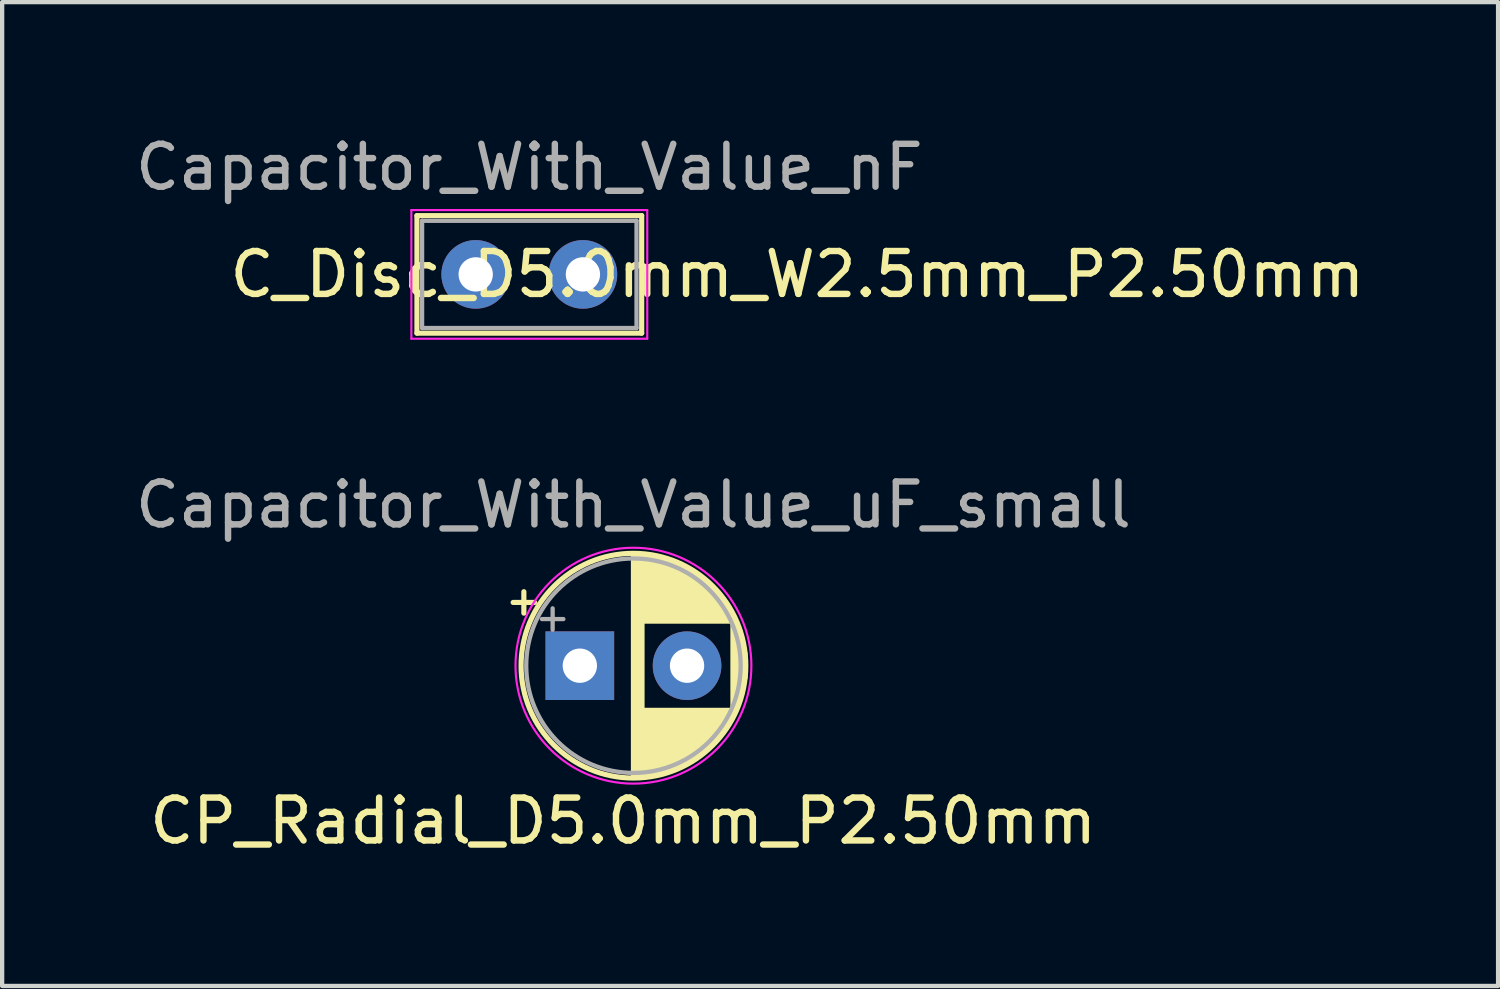
<source format=kicad_pcb>
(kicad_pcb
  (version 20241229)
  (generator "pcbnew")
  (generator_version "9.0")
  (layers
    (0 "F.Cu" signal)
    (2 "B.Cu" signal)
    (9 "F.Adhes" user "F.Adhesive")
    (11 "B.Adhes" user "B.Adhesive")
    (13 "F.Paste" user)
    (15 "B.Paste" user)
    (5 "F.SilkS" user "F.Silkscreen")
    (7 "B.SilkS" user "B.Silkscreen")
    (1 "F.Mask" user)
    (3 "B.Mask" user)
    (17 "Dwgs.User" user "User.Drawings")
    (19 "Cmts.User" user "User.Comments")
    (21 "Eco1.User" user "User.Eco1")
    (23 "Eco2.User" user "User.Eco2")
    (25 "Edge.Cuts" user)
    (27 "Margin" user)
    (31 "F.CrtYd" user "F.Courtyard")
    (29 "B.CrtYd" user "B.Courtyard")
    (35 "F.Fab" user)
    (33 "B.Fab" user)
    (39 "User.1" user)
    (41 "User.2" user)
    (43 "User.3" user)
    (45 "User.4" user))
  (footprint "Capacitor_With_Value_uF_small"
    (layer "F.Cu")
    (at 10.47 12.472)
    (property "Reference" "Capacitor_With_Value_uF_small" (at 1.25 -3.75 0) (layer "F.Fab") (effects (font (size 1 1) (thickness 0.15))))
    (property "Value" "CP_Radial_D5.0mm_P2.50mm" (at 1.25 3.75 0) (layer "F.Fab") (hide yes) (effects (font (size 1 1) (thickness 0.15))))
    (attr through_hole)
    (fp_line (start -1.555 -1.475) (end -1.055 -1.475) (stroke (width 0.12) (type solid)) (layer "F.SilkS"))
    (fp_line (start -1.305 -1.725) (end -1.305 -1.225) (stroke (width 0.12) (type solid)) (layer "F.SilkS"))
    (fp_line (start 1.25 -2.58) (end 1.25 2.58) (stroke (width 0.12) (type solid)) (layer "F.SilkS"))
    (fp_line (start 1.29 -2.58) (end 1.29 2.58) (stroke (width 0.12) (type solid)) (layer "F.SilkS"))
    (fp_line (start 1.33 -2.579) (end 1.33 2.579) (stroke (width 0.12) (type solid)) (layer "F.SilkS"))
    (fp_line (start 1.37 -2.577) (end 1.37 2.577) (stroke (width 0.12) (type solid)) (layer "F.SilkS"))
    (fp_line (start 1.41 -2.575) (end 1.41 2.575) (stroke (width 0.12) (type solid)) (layer "F.SilkS"))
    (fp_line (start 1.45 -2.572) (end 1.45 2.572) (stroke (width 0.12) (type solid)) (layer "F.SilkS"))
    (fp_line (start 1.49 -2.569) (end 1.49 -1.04) (stroke (width 0.12) (type solid)) (layer "F.SilkS"))
    (fp_line (start 1.49 1.04) (end 1.49 2.569) (stroke (width 0.12) (type solid)) (layer "F.SilkS"))
    (fp_line (start 1.53 -2.565) (end 1.53 -1.04) (stroke (width 0.12) (type solid)) (layer "F.SilkS"))
    (fp_line (start 1.53 1.04) (end 1.53 2.565) (stroke (width 0.12) (type solid)) (layer "F.SilkS"))
    (fp_line (start 1.57 -2.56) (end 1.57 -1.04) (stroke (width 0.12) (type solid)) (layer "F.SilkS"))
    (fp_line (start 1.57 1.04) (end 1.57 2.56) (stroke (width 0.12) (type solid)) (layer "F.SilkS"))
    (fp_line (start 1.61 -2.555) (end 1.61 -1.04) (stroke (width 0.12) (type solid)) (layer "F.SilkS"))
    (fp_line (start 1.61 1.04) (end 1.61 2.555) (stroke (width 0.12) (type solid)) (layer "F.SilkS"))
    (fp_line (start 1.65 -2.549) (end 1.65 -1.04) (stroke (width 0.12) (type solid)) (layer "F.SilkS"))
    (fp_line (start 1.65 1.04) (end 1.65 2.549) (stroke (width 0.12) (type solid)) (layer "F.SilkS"))
    (fp_line (start 1.69 -2.543) (end 1.69 -1.04) (stroke (width 0.12) (type solid)) (layer "F.SilkS"))
    (fp_line (start 1.69 1.04) (end 1.69 2.543) (stroke (width 0.12) (type solid)) (layer "F.SilkS"))
    (fp_line (start 1.73 -2.536) (end 1.73 -1.04) (stroke (width 0.12) (type solid)) (layer "F.SilkS"))
    (fp_line (start 1.73 1.04) (end 1.73 2.536) (stroke (width 0.12) (type solid)) (layer "F.SilkS"))
    (fp_line (start 1.77 -2.528) (end 1.77 -1.04) (stroke (width 0.12) (type solid)) (layer "F.SilkS"))
    (fp_line (start 1.77 1.04) (end 1.77 2.528) (stroke (width 0.12) (type solid)) (layer "F.SilkS"))
    (fp_line (start 1.81 -2.519) (end 1.81 -1.04) (stroke (width 0.12) (type solid)) (layer "F.SilkS"))
    (fp_line (start 1.81 1.04) (end 1.81 2.519) (stroke (width 0.12) (type solid)) (layer "F.SilkS"))
    (fp_line (start 1.85 -2.51) (end 1.85 -1.04) (stroke (width 0.12) (type solid)) (layer "F.SilkS"))
    (fp_line (start 1.85 1.04) (end 1.85 2.51) (stroke (width 0.12) (type solid)) (layer "F.SilkS"))
    (fp_line (start 1.89 -2.501) (end 1.89 -1.04) (stroke (width 0.12) (type solid)) (layer "F.SilkS"))
    (fp_line (start 1.89 1.04) (end 1.89 2.501) (stroke (width 0.12) (type solid)) (layer "F.SilkS"))
    (fp_line (start 1.93 -2.49) (end 1.93 -1.04) (stroke (width 0.12) (type solid)) (layer "F.SilkS"))
    (fp_line (start 1.93 1.04) (end 1.93 2.49) (stroke (width 0.12) (type solid)) (layer "F.SilkS"))
    (fp_line (start 1.97 -2.479) (end 1.97 -1.04) (stroke (width 0.12) (type solid)) (layer "F.SilkS"))
    (fp_line (start 1.97 1.04) (end 1.97 2.479) (stroke (width 0.12) (type solid)) (layer "F.SilkS"))
    (fp_line (start 2.01 -2.467) (end 2.01 -1.04) (stroke (width 0.12) (type solid)) (layer "F.SilkS"))
    (fp_line (start 2.01 1.04) (end 2.01 2.467) (stroke (width 0.12) (type solid)) (layer "F.SilkS"))
    (fp_line (start 2.05 -2.455) (end 2.05 -1.04) (stroke (width 0.12) (type solid)) (layer "F.SilkS"))
    (fp_line (start 2.05 1.04) (end 2.05 2.455) (stroke (width 0.12) (type solid)) (layer "F.SilkS"))
    (fp_line (start 2.09 -2.442) (end 2.09 -1.04) (stroke (width 0.12) (type solid)) (layer "F.SilkS"))
    (fp_line (start 2.09 1.04) (end 2.09 2.442) (stroke (width 0.12) (type solid)) (layer "F.SilkS"))
    (fp_line (start 2.13 -2.428) (end 2.13 -1.04) (stroke (width 0.12) (type solid)) (layer "F.SilkS"))
    (fp_line (start 2.13 1.04) (end 2.13 2.428) (stroke (width 0.12) (type solid)) (layer "F.SilkS"))
    (fp_line (start 2.17 -2.413) (end 2.17 -1.04) (stroke (width 0.12) (type solid)) (layer "F.SilkS"))
    (fp_line (start 2.17 1.04) (end 2.17 2.413) (stroke (width 0.12) (type solid)) (layer "F.SilkS"))
    (fp_line (start 2.21 -2.398) (end 2.21 -1.04) (stroke (width 0.12) (type solid)) (layer "F.SilkS"))
    (fp_line (start 2.21 1.04) (end 2.21 2.398) (stroke (width 0.12) (type solid)) (layer "F.SilkS"))
    (fp_line (start 2.25 -2.382) (end 2.25 -1.04) (stroke (width 0.12) (type solid)) (layer "F.SilkS"))
    (fp_line (start 2.25 1.04) (end 2.25 2.382) (stroke (width 0.12) (type solid)) (layer "F.SilkS"))
    (fp_line (start 2.29 -2.365) (end 2.29 -1.04) (stroke (width 0.12) (type solid)) (layer "F.SilkS"))
    (fp_line (start 2.29 1.04) (end 2.29 2.365) (stroke (width 0.12) (type solid)) (layer "F.SilkS"))
    (fp_line (start 2.33 -2.347) (end 2.33 -1.04) (stroke (width 0.12) (type solid)) (layer "F.SilkS"))
    (fp_line (start 2.33 1.04) (end 2.33 2.347) (stroke (width 0.12) (type solid)) (layer "F.SilkS"))
    (fp_line (start 2.37 -2.329) (end 2.37 -1.04) (stroke (width 0.12) (type solid)) (layer "F.SilkS"))
    (fp_line (start 2.37 1.04) (end 2.37 2.329) (stroke (width 0.12) (type solid)) (layer "F.SilkS"))
    (fp_line (start 2.41 -2.309) (end 2.41 -1.04) (stroke (width 0.12) (type solid)) (layer "F.SilkS"))
    (fp_line (start 2.41 1.04) (end 2.41 2.309) (stroke (width 0.12) (type solid)) (layer "F.SilkS"))
    (fp_line (start 2.45 -2.289) (end 2.45 -1.04) (stroke (width 0.12) (type solid)) (layer "F.SilkS"))
    (fp_line (start 2.45 1.04) (end 2.45 2.289) (stroke (width 0.12) (type solid)) (layer "F.SilkS"))
    (fp_line (start 2.49 -2.268) (end 2.49 -1.04) (stroke (width 0.12) (type solid)) (layer "F.SilkS"))
    (fp_line (start 2.49 1.04) (end 2.49 2.268) (stroke (width 0.12) (type solid)) (layer "F.SilkS"))
    (fp_line (start 2.53 -2.246) (end 2.53 -1.04) (stroke (width 0.12) (type solid)) (layer "F.SilkS"))
    (fp_line (start 2.53 1.04) (end 2.53 2.246) (stroke (width 0.12) (type solid)) (layer "F.SilkS"))
    (fp_line (start 2.57 -2.223) (end 2.57 -1.04) (stroke (width 0.12) (type solid)) (layer "F.SilkS"))
    (fp_line (start 2.57 1.04) (end 2.57 2.223) (stroke (width 0.12) (type solid)) (layer "F.SilkS"))
    (fp_line (start 2.61 -2.199) (end 2.61 -1.04) (stroke (width 0.12) (type solid)) (layer "F.SilkS"))
    (fp_line (start 2.61 1.04) (end 2.61 2.199) (stroke (width 0.12) (type solid)) (layer "F.SilkS"))
    (fp_line (start 2.65 -2.175) (end 2.65 -1.04) (stroke (width 0.12) (type solid)) (layer "F.SilkS"))
    (fp_line (start 2.65 1.04) (end 2.65 2.175) (stroke (width 0.12) (type solid)) (layer "F.SilkS"))
    (fp_line (start 2.69 -2.149) (end 2.69 -1.04) (stroke (width 0.12) (type solid)) (layer "F.SilkS"))
    (fp_line (start 2.69 1.04) (end 2.69 2.149) (stroke (width 0.12) (type solid)) (layer "F.SilkS"))
    (fp_line (start 2.73 -2.122) (end 2.73 -1.04) (stroke (width 0.12) (type solid)) (layer "F.SilkS"))
    (fp_line (start 2.73 1.04) (end 2.73 2.122) (stroke (width 0.12) (type solid)) (layer "F.SilkS"))
    (fp_line (start 2.77 -2.094) (end 2.77 -1.04) (stroke (width 0.12) (type solid)) (layer "F.SilkS"))
    (fp_line (start 2.77 1.04) (end 2.77 2.094) (stroke (width 0.12) (type solid)) (layer "F.SilkS"))
    (fp_line (start 2.81 -2.065) (end 2.81 -1.04) (stroke (width 0.12) (type solid)) (layer "F.SilkS"))
    (fp_line (start 2.81 1.04) (end 2.81 2.065) (stroke (width 0.12) (type solid)) (layer "F.SilkS"))
    (fp_line (start 2.85 -2.035) (end 2.85 -1.04) (stroke (width 0.12) (type solid)) (layer "F.SilkS"))
    (fp_line (start 2.85 1.04) (end 2.85 2.035) (stroke (width 0.12) (type solid)) (layer "F.SilkS"))
    (fp_line (start 2.89 -2.003) (end 2.89 -1.04) (stroke (width 0.12) (type solid)) (layer "F.SilkS"))
    (fp_line (start 2.89 1.04) (end 2.89 2.003) (stroke (width 0.12) (type solid)) (layer "F.SilkS"))
    (fp_line (start 2.93 -1.97) (end 2.93 -1.04) (stroke (width 0.12) (type solid)) (layer "F.SilkS"))
    (fp_line (start 2.93 1.04) (end 2.93 1.97) (stroke (width 0.12) (type solid)) (layer "F.SilkS"))
    (fp_line (start 2.97 -1.936) (end 2.97 -1.04) (stroke (width 0.12) (type solid)) (layer "F.SilkS"))
    (fp_line (start 2.97 1.04) (end 2.97 1.936) (stroke (width 0.12) (type solid)) (layer "F.SilkS"))
    (fp_line (start 3.01 -1.901) (end 3.01 -1.04) (stroke (width 0.12) (type solid)) (layer "F.SilkS"))
    (fp_line (start 3.01 1.04) (end 3.01 1.901) (stroke (width 0.12) (type solid)) (layer "F.SilkS"))
    (fp_line (start 3.05 -1.864) (end 3.05 -1.04) (stroke (width 0.12) (type solid)) (layer "F.SilkS"))
    (fp_line (start 3.05 1.04) (end 3.05 1.864) (stroke (width 0.12) (type solid)) (layer "F.SilkS"))
    (fp_line (start 3.09 -1.825) (end 3.09 -1.04) (stroke (width 0.12) (type solid)) (layer "F.SilkS"))
    (fp_line (start 3.09 1.04) (end 3.09 1.825) (stroke (width 0.12) (type solid)) (layer "F.SilkS"))
    (fp_line (start 3.13 -1.785) (end 3.13 -1.04) (stroke (width 0.12) (type solid)) (layer "F.SilkS"))
    (fp_line (start 3.13 1.04) (end 3.13 1.785) (stroke (width 0.12) (type solid)) (layer "F.SilkS"))
    (fp_line (start 3.17 -1.743) (end 3.17 -1.04) (stroke (width 0.12) (type solid)) (layer "F.SilkS"))
    (fp_line (start 3.17 1.04) (end 3.17 1.743) (stroke (width 0.12) (type solid)) (layer "F.SilkS"))
    (fp_line (start 3.21 -1.699) (end 3.21 -1.04) (stroke (width 0.12) (type solid)) (layer "F.SilkS"))
    (fp_line (start 3.21 1.04) (end 3.21 1.699) (stroke (width 0.12) (type solid)) (layer "F.SilkS"))
    (fp_line (start 3.25 -1.652) (end 3.25 -1.04) (stroke (width 0.12) (type solid)) (layer "F.SilkS"))
    (fp_line (start 3.25 1.04) (end 3.25 1.652) (stroke (width 0.12) (type solid)) (layer "F.SilkS"))
    (fp_line (start 3.29 -1.604) (end 3.29 -1.04) (stroke (width 0.12) (type solid)) (layer "F.SilkS"))
    (fp_line (start 3.29 1.04) (end 3.29 1.604) (stroke (width 0.12) (type solid)) (layer "F.SilkS"))
    (fp_line (start 3.33 -1.553) (end 3.33 -1.04) (stroke (width 0.12) (type solid)) (layer "F.SilkS"))
    (fp_line (start 3.33 1.04) (end 3.33 1.553) (stroke (width 0.12) (type solid)) (layer "F.SilkS"))
    (fp_line (start 3.37 -1.499) (end 3.37 -1.04) (stroke (width 0.12) (type solid)) (layer "F.SilkS"))
    (fp_line (start 3.37 1.04) (end 3.37 1.499) (stroke (width 0.12) (type solid)) (layer "F.SilkS"))
    (fp_line (start 3.41 -1.443) (end 3.41 -1.04) (stroke (width 0.12) (type solid)) (layer "F.SilkS"))
    (fp_line (start 3.41 1.04) (end 3.41 1.443) (stroke (width 0.12) (type solid)) (layer "F.SilkS"))
    (fp_line (start 3.45 -1.383) (end 3.45 -1.04) (stroke (width 0.12) (type solid)) (layer "F.SilkS"))
    (fp_line (start 3.45 1.04) (end 3.45 1.383) (stroke (width 0.12) (type solid)) (layer "F.SilkS"))
    (fp_line (start 3.49 -1.319) (end 3.49 -1.04) (stroke (width 0.12) (type solid)) (layer "F.SilkS"))
    (fp_line (start 3.49 1.04) (end 3.49 1.319) (stroke (width 0.12) (type solid)) (layer "F.SilkS"))
    (fp_line (start 3.53 -1.251) (end 3.53 -1.04) (stroke (width 0.12) (type solid)) (layer "F.SilkS"))
    (fp_line (start 3.53 1.04) (end 3.53 1.251) (stroke (width 0.12) (type solid)) (layer "F.SilkS"))
    (fp_line (start 3.57 -1.177) (end 3.57 1.177) (stroke (width 0.12) (type solid)) (layer "F.SilkS"))
    (fp_line (start 3.61 -1.098) (end 3.61 1.098) (stroke (width 0.12) (type solid)) (layer "F.SilkS"))
    (fp_line (start 3.65 -1.011) (end 3.65 1.011) (stroke (width 0.12) (type solid)) (layer "F.SilkS"))
    (fp_line (start 3.69 -0.914) (end 3.69 0.914) (stroke (width 0.12) (type solid)) (layer "F.SilkS"))
    (fp_line (start 3.73 -0.805) (end 3.73 0.805) (stroke (width 0.12) (type solid)) (layer "F.SilkS"))
    (fp_line (start 3.77 -0.677) (end 3.77 0.677) (stroke (width 0.12) (type solid)) (layer "F.SilkS"))
    (fp_line (start 3.81 -0.517) (end 3.81 0.517) (stroke (width 0.12) (type solid)) (layer "F.SilkS"))
    (fp_line (start 3.85 -0.283) (end 3.85 0.283) (stroke (width 0.12) (type solid)) (layer "F.SilkS"))
    (fp_circle (center 1.25 0) (end 3.87 0) (stroke (width 0.12) (type solid)) (fill no) (layer "F.SilkS"))
    (fp_circle (center 1.25 0) (end 4 0) (stroke (width 0.05) (type solid)) (fill no) (layer "F.CrtYd"))
    (fp_line (start -0.884 -1.087) (end -0.384 -1.087) (stroke (width 0.1) (type solid)) (layer "F.Fab"))
    (fp_line (start -0.634 -1.337) (end -0.634 -0.838) (stroke (width 0.1) (type solid)) (layer "F.Fab"))
    (fp_circle (center 1.25 0) (end 3.75 0) (stroke (width 0.1) (type solid)) (fill no) (layer "F.Fab"))
    (fp_text user "${VALUE}" (at 1.01 3.62 0) (layer "F.SilkS") (effects (font (size 1 1) (thickness 0.15))))
    (pad "1" thru_hole rect (at 0 0) (size 1.6 1.6) (drill 0.8) (layers "*.Cu" "*.Mask"))
    (pad "2" thru_hole circle (at 2.5 0) (size 1.6 1.6) (drill 0.8) (layers "*.Cu" "*.Mask")))
  (footprint "Capacitor_With_Value_nF"
    (layer "F.Cu")
    (at 8.042 3.348)
    (property "Reference" "Capacitor_With_Value_nF" (at 1.25 -2.5 0) (layer "F.Fab") (effects (font (size 1 1) (thickness 0.15))))
    (property "Value" "C_Disc_D5.0mm_W2.5mm_P2.50mm" (at 1.25 2.5 0) (layer "F.Fab") (hide yes) (effects (font (size 1 1) (thickness 0.15))))
    (attr through_hole)
    (fp_line (start -1.37 -1.37) (end -1.37 1.37) (stroke (width 0.12) (type solid)) (layer "F.SilkS"))
    (fp_line (start -1.37 -1.37) (end 3.87 -1.37) (stroke (width 0.12) (type solid)) (layer "F.SilkS"))
    (fp_line (start -1.37 1.37) (end 3.87 1.37) (stroke (width 0.12) (type solid)) (layer "F.SilkS"))
    (fp_line (start 3.87 -1.37) (end 3.87 1.37) (stroke (width 0.12) (type solid)) (layer "F.SilkS"))
    (fp_line (start -1.5 -1.5) (end -1.5 1.5) (stroke (width 0.05) (type solid)) (layer "F.CrtYd"))
    (fp_line (start -1.5 1.5) (end 4 1.5) (stroke (width 0.05) (type solid)) (layer "F.CrtYd"))
    (fp_line (start 4 -1.5) (end -1.5 -1.5) (stroke (width 0.05) (type solid)) (layer "F.CrtYd"))
    (fp_line (start 4 1.5) (end 4 -1.5) (stroke (width 0.05) (type solid)) (layer "F.CrtYd"))
    (fp_line (start -1.25 -1.25) (end -1.25 1.25) (stroke (width 0.1) (type solid)) (layer "F.Fab"))
    (fp_line (start -1.25 1.25) (end 3.75 1.25) (stroke (width 0.1) (type solid)) (layer "F.Fab"))
    (fp_line (start 3.75 -1.25) (end -1.25 -1.25) (stroke (width 0.1) (type solid)) (layer "F.Fab"))
    (fp_line (start 3.75 1.25) (end 3.75 -1.25) (stroke (width 0.1) (type solid)) (layer "F.Fab"))
    (fp_text user "${VALUE}" (at 7.5 0 0) (layer "F.SilkS") (effects (font (size 1 1) (thickness 0.15))))
    (pad "1" thru_hole circle (at 0 0) (size 1.6 1.6) (drill 0.8) (layers "*.Cu" "*.Mask"))
    (pad "2" thru_hole circle (at 2.5 0) (size 1.6 1.6) (drill 0.8) (layers "*.Cu" "*.Mask")))
  (gr_rect
    (start -3 -3)
    (end 31.881 19.94)
    (stroke (width 0.1) (type default))
    (fill no)
    (layer "Edge.Cuts")))
</source>
